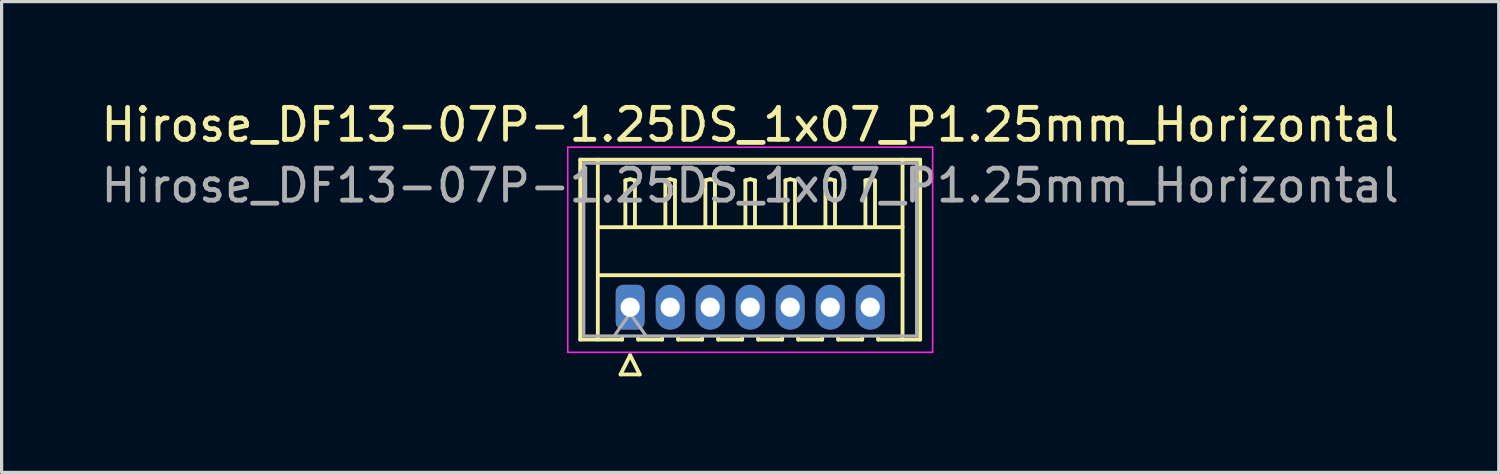
<source format=kicad_pcb>
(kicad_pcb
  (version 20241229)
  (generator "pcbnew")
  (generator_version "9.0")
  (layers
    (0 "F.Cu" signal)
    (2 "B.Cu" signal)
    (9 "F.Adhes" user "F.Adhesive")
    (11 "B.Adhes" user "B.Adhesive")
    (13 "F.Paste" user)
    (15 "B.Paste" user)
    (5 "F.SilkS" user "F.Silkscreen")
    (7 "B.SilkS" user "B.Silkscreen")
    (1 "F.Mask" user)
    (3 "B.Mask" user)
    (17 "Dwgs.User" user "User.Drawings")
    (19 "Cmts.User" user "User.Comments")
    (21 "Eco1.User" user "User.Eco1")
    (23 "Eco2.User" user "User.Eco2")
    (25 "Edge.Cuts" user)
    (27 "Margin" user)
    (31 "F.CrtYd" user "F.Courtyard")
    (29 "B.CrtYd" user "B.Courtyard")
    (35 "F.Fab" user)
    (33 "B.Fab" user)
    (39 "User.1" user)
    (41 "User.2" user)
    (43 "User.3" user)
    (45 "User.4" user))
  (footprint "Hirose_DF13-07P-1.25DS_1x07_P1.25mm_Horizontal"
    (layer "F.Cu")
    (at 16.637 6.548)
    (property "Reference" "Hirose_DF13-07P-1.25DS_1x07_P1.25mm_Horizontal" (at 3.75 -5.7 0) (layer "F.SilkS") (effects (font (size 1 1) (thickness 0.15))))
    (attr through_hole)
    (fp_line (start -1.56 -4.61) (end 9.06 -4.61) (stroke (width 0.12) (type solid)) (layer "F.SilkS"))
    (fp_line (start -1.56 1.01) (end -1.56 -4.61) (stroke (width 0.12) (type solid)) (layer "F.SilkS"))
    (fp_line (start -1.01 -4.61) (end -1.01 1.01) (stroke (width 0.12) (type solid)) (layer "F.SilkS"))
    (fp_line (start -1.01 -2.5) (end 8.51 -2.5) (stroke (width 0.12) (type solid)) (layer "F.SilkS"))
    (fp_line (start -1.01 -1) (end 8.51 -1) (stroke (width 0.12) (type solid)) (layer "F.SilkS"))
    (fp_line (start -0.3 2.1) (end 0.3 2.1) (stroke (width 0.12) (type solid)) (layer "F.SilkS"))
    (fp_line (start -0.25 0.96) (end -0.25 1.01) (stroke (width 0.12) (type solid)) (layer "F.SilkS"))
    (fp_line (start -0.25 1.01) (end -1.56 1.01) (stroke (width 0.12) (type solid)) (layer "F.SilkS"))
    (fp_line (start -0.15 -3.962) (end 0 -4) (stroke (width 0.12) (type solid)) (layer "F.SilkS"))
    (fp_line (start -0.15 -2.5) (end -0.15 -3.962) (stroke (width 0.12) (type solid)) (layer "F.SilkS"))
    (fp_line (start 0 -4) (end 0.15 -3.962) (stroke (width 0.12) (type solid)) (layer "F.SilkS"))
    (fp_line (start 0 1.5) (end -0.3 2.1) (stroke (width 0.12) (type solid)) (layer "F.SilkS"))
    (fp_line (start 0.15 -3.962) (end 0.15 -2.5) (stroke (width 0.12) (type solid)) (layer "F.SilkS"))
    (fp_line (start 0.25 0.96) (end 0.25 1.01) (stroke (width 0.12) (type solid)) (layer "F.SilkS"))
    (fp_line (start 0.25 1.01) (end 1 1.01) (stroke (width 0.12) (type solid)) (layer "F.SilkS"))
    (fp_line (start 0.3 2.1) (end 0 1.5) (stroke (width 0.12) (type solid)) (layer "F.SilkS"))
    (fp_line (start 1 1.01) (end 1 0.96) (stroke (width 0.12) (type solid)) (layer "F.SilkS"))
    (fp_line (start 1.1 -3.962) (end 1.25 -4) (stroke (width 0.12) (type solid)) (layer "F.SilkS"))
    (fp_line (start 1.1 -2.5) (end 1.1 -3.962) (stroke (width 0.12) (type solid)) (layer "F.SilkS"))
    (fp_line (start 1.25 -4) (end 1.4 -3.962) (stroke (width 0.12) (type solid)) (layer "F.SilkS"))
    (fp_line (start 1.4 -3.962) (end 1.4 -2.5) (stroke (width 0.12) (type solid)) (layer "F.SilkS"))
    (fp_line (start 1.5 0.96) (end 1.5 1.01) (stroke (width 0.12) (type solid)) (layer "F.SilkS"))
    (fp_line (start 1.5 1.01) (end 2.25 1.01) (stroke (width 0.12) (type solid)) (layer "F.SilkS"))
    (fp_line (start 2.25 1.01) (end 2.25 0.96) (stroke (width 0.12) (type solid)) (layer "F.SilkS"))
    (fp_line (start 2.35 -3.962) (end 2.5 -4) (stroke (width 0.12) (type solid)) (layer "F.SilkS"))
    (fp_line (start 2.35 -2.5) (end 2.35 -3.962) (stroke (width 0.12) (type solid)) (layer "F.SilkS"))
    (fp_line (start 2.5 -4) (end 2.65 -3.962) (stroke (width 0.12) (type solid)) (layer "F.SilkS"))
    (fp_line (start 2.65 -3.962) (end 2.65 -2.5) (stroke (width 0.12) (type solid)) (layer "F.SilkS"))
    (fp_line (start 2.75 0.96) (end 2.75 1.01) (stroke (width 0.12) (type solid)) (layer "F.SilkS"))
    (fp_line (start 2.75 1.01) (end 3.5 1.01) (stroke (width 0.12) (type solid)) (layer "F.SilkS"))
    (fp_line (start 3.5 1.01) (end 3.5 0.96) (stroke (width 0.12) (type solid)) (layer "F.SilkS"))
    (fp_line (start 3.6 -3.962) (end 3.75 -4) (stroke (width 0.12) (type solid)) (layer "F.SilkS"))
    (fp_line (start 3.6 -2.5) (end 3.6 -3.962) (stroke (width 0.12) (type solid)) (layer "F.SilkS"))
    (fp_line (start 3.75 -4) (end 3.9 -3.962) (stroke (width 0.12) (type solid)) (layer "F.SilkS"))
    (fp_line (start 3.9 -3.962) (end 3.9 -2.5) (stroke (width 0.12) (type solid)) (layer "F.SilkS"))
    (fp_line (start 4 0.96) (end 4 1.01) (stroke (width 0.12) (type solid)) (layer "F.SilkS"))
    (fp_line (start 4 1.01) (end 4.75 1.01) (stroke (width 0.12) (type solid)) (layer "F.SilkS"))
    (fp_line (start 4.75 1.01) (end 4.75 0.96) (stroke (width 0.12) (type solid)) (layer "F.SilkS"))
    (fp_line (start 4.85 -3.962) (end 5 -4) (stroke (width 0.12) (type solid)) (layer "F.SilkS"))
    (fp_line (start 4.85 -2.5) (end 4.85 -3.962) (stroke (width 0.12) (type solid)) (layer "F.SilkS"))
    (fp_line (start 5 -4) (end 5.15 -3.962) (stroke (width 0.12) (type solid)) (layer "F.SilkS"))
    (fp_line (start 5.15 -3.962) (end 5.15 -2.5) (stroke (width 0.12) (type solid)) (layer "F.SilkS"))
    (fp_line (start 5.25 0.96) (end 5.25 1.01) (stroke (width 0.12) (type solid)) (layer "F.SilkS"))
    (fp_line (start 5.25 1.01) (end 6 1.01) (stroke (width 0.12) (type solid)) (layer "F.SilkS"))
    (fp_line (start 6 1.01) (end 6 0.96) (stroke (width 0.12) (type solid)) (layer "F.SilkS"))
    (fp_line (start 6.1 -3.962) (end 6.25 -4) (stroke (width 0.12) (type solid)) (layer "F.SilkS"))
    (fp_line (start 6.1 -2.5) (end 6.1 -3.962) (stroke (width 0.12) (type solid)) (layer "F.SilkS"))
    (fp_line (start 6.25 -4) (end 6.4 -3.962) (stroke (width 0.12) (type solid)) (layer "F.SilkS"))
    (fp_line (start 6.4 -3.962) (end 6.4 -2.5) (stroke (width 0.12) (type solid)) (layer "F.SilkS"))
    (fp_line (start 6.5 0.96) (end 6.5 1.01) (stroke (width 0.12) (type solid)) (layer "F.SilkS"))
    (fp_line (start 6.5 1.01) (end 7.25 1.01) (stroke (width 0.12) (type solid)) (layer "F.SilkS"))
    (fp_line (start 7.25 1.01) (end 7.25 0.96) (stroke (width 0.12) (type solid)) (layer "F.SilkS"))
    (fp_line (start 7.35 -3.962) (end 7.5 -4) (stroke (width 0.12) (type solid)) (layer "F.SilkS"))
    (fp_line (start 7.35 -2.5) (end 7.35 -3.962) (stroke (width 0.12) (type solid)) (layer "F.SilkS"))
    (fp_line (start 7.5 -4) (end 7.65 -3.962) (stroke (width 0.12) (type solid)) (layer "F.SilkS"))
    (fp_line (start 7.65 -3.962) (end 7.65 -2.5) (stroke (width 0.12) (type solid)) (layer "F.SilkS"))
    (fp_line (start 7.75 1.01) (end 7.75 0.96) (stroke (width 0.12) (type solid)) (layer "F.SilkS"))
    (fp_line (start 8.51 -4.61) (end 8.51 1.01) (stroke (width 0.12) (type solid)) (layer "F.SilkS"))
    (fp_line (start 9.06 -4.61) (end 9.06 1.01) (stroke (width 0.12) (type solid)) (layer "F.SilkS"))
    (fp_line (start 9.06 1.01) (end 7.75 1.01) (stroke (width 0.12) (type solid)) (layer "F.SilkS"))
    (fp_line (start -1.95 -5) (end -1.95 1.41) (stroke (width 0.05) (type solid)) (layer "F.CrtYd"))
    (fp_line (start -1.95 1.41) (end 9.45 1.41) (stroke (width 0.05) (type solid)) (layer "F.CrtYd"))
    (fp_line (start 9.45 -5) (end -1.95 -5) (stroke (width 0.05) (type solid)) (layer "F.CrtYd"))
    (fp_line (start 9.45 1.41) (end 9.45 -5) (stroke (width 0.05) (type solid)) (layer "F.CrtYd"))
    (fp_line (start -1.45 -4.5) (end -1.45 0.9) (stroke (width 0.1) (type solid)) (layer "F.Fab"))
    (fp_line (start -1.45 0.9) (end 8.95 0.9) (stroke (width 0.1) (type solid)) (layer "F.Fab"))
    (fp_line (start -0.5 0.9) (end 0 0.193) (stroke (width 0.1) (type solid)) (layer "F.Fab"))
    (fp_line (start 0 0.193) (end 0.5 0.9) (stroke (width 0.1) (type solid)) (layer "F.Fab"))
    (fp_line (start 8.95 -4.5) (end -1.45 -4.5) (stroke (width 0.1) (type solid)) (layer "F.Fab"))
    (fp_line (start 8.95 0.9) (end 8.95 -4.5) (stroke (width 0.1) (type solid)) (layer "F.Fab"))
    (fp_text user "${REFERENCE}" (at 3.75 -3.8 0) (layer "F.Fab") (effects (font (size 1 1) (thickness 0.15))))
    (pad "1" thru_hole roundrect (at 0 0) (size 0.9 1.4) (drill 0.6) (layers "*.Cu" "*.Mask") (roundrect_rratio 0.25))
    (pad "2" thru_hole oval (at 1.25 0) (size 0.9 1.4) (drill 0.6) (layers "*.Cu" "*.Mask"))
    (pad "3" thru_hole oval (at 2.5 0) (size 0.9 1.4) (drill 0.6) (layers "*.Cu" "*.Mask"))
    (pad "4" thru_hole oval (at 3.75 0) (size 0.9 1.4) (drill 0.6) (layers "*.Cu" "*.Mask"))
    (pad "5" thru_hole oval (at 5 0) (size 0.9 1.4) (drill 0.6) (layers "*.Cu" "*.Mask"))
    (pad "6" thru_hole oval (at 6.25 0) (size 0.9 1.4) (drill 0.6) (layers "*.Cu" "*.Mask"))
    (pad "7" thru_hole oval (at 7.5 0) (size 0.9 1.4) (drill 0.6) (layers "*.Cu" "*.Mask")))
  (gr_rect
    (start -3 -3)
    (end 43.774 11.708)
    (stroke (width 0.1) (type default))
    (fill no)
    (layer "Edge.Cuts")))
</source>
